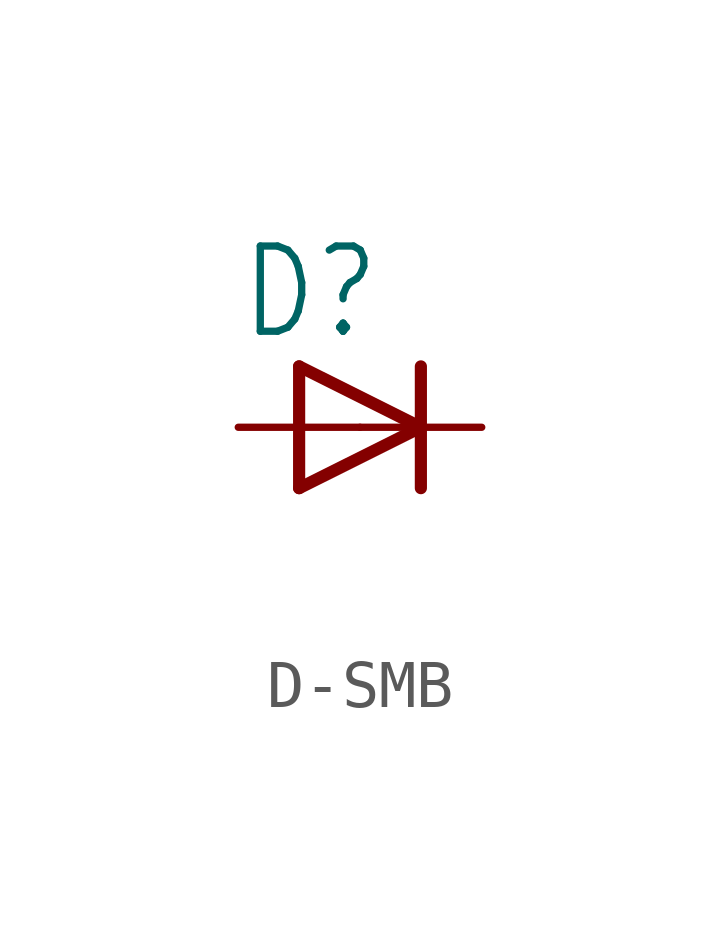
<source format=kicad_sym>
(kicad_symbol_lib
  (version 20220914)
  (generator kicad_symbol_editor)
  (symbol "D-SMB"
    (property "Reference" "D"
      (at -2.54 1.778 0)
      (effects (font (size 1.778 1.511)) (justify left bottom)))
    (property "Value" ""
      (at -2.54 -3.683 0)
      (effects (font (size 1.778 1.511)) (justify left bottom)))
    (property "ki_locked" ""
      (at 0 0 0)
      (effects (font (size 1.27 1.27))))
    (symbol "D-SMB_1_0"
      (polyline (pts (xy -1.27 -1.27) (xy 1.27 0)) (stroke (width 0.254) (type solid)) (fill (type none)))
      (polyline (pts (xy -1.27 1.27) (xy -1.27 -1.27)) (stroke (width 0.254) (type solid)) (fill (type none)))
      (polyline (pts (xy 1.27 0) (xy -1.27 1.27)) (stroke (width 0.254) (type solid)) (fill (type none)))
      (polyline (pts (xy 1.27 0) (xy 1.27 -1.27)) (stroke (width 0.254) (type solid)) (fill (type none)))
      (polyline (pts (xy 1.27 1.27) (xy 1.27 0)) (stroke (width 0.254) (type solid)) (fill (type none)))
      (pin passive line (at 2.54 0 180) (length 2.54) (name "C" (effects (font (size 0 0)))) (number "1" (effects (font (size 0 0)))))
      (pin passive line (at -2.54 0 0) (length 2.54) (name "A" (effects (font (size 0 0)))) (number "2" (effects (font (size 0 0))))))))
</source>
